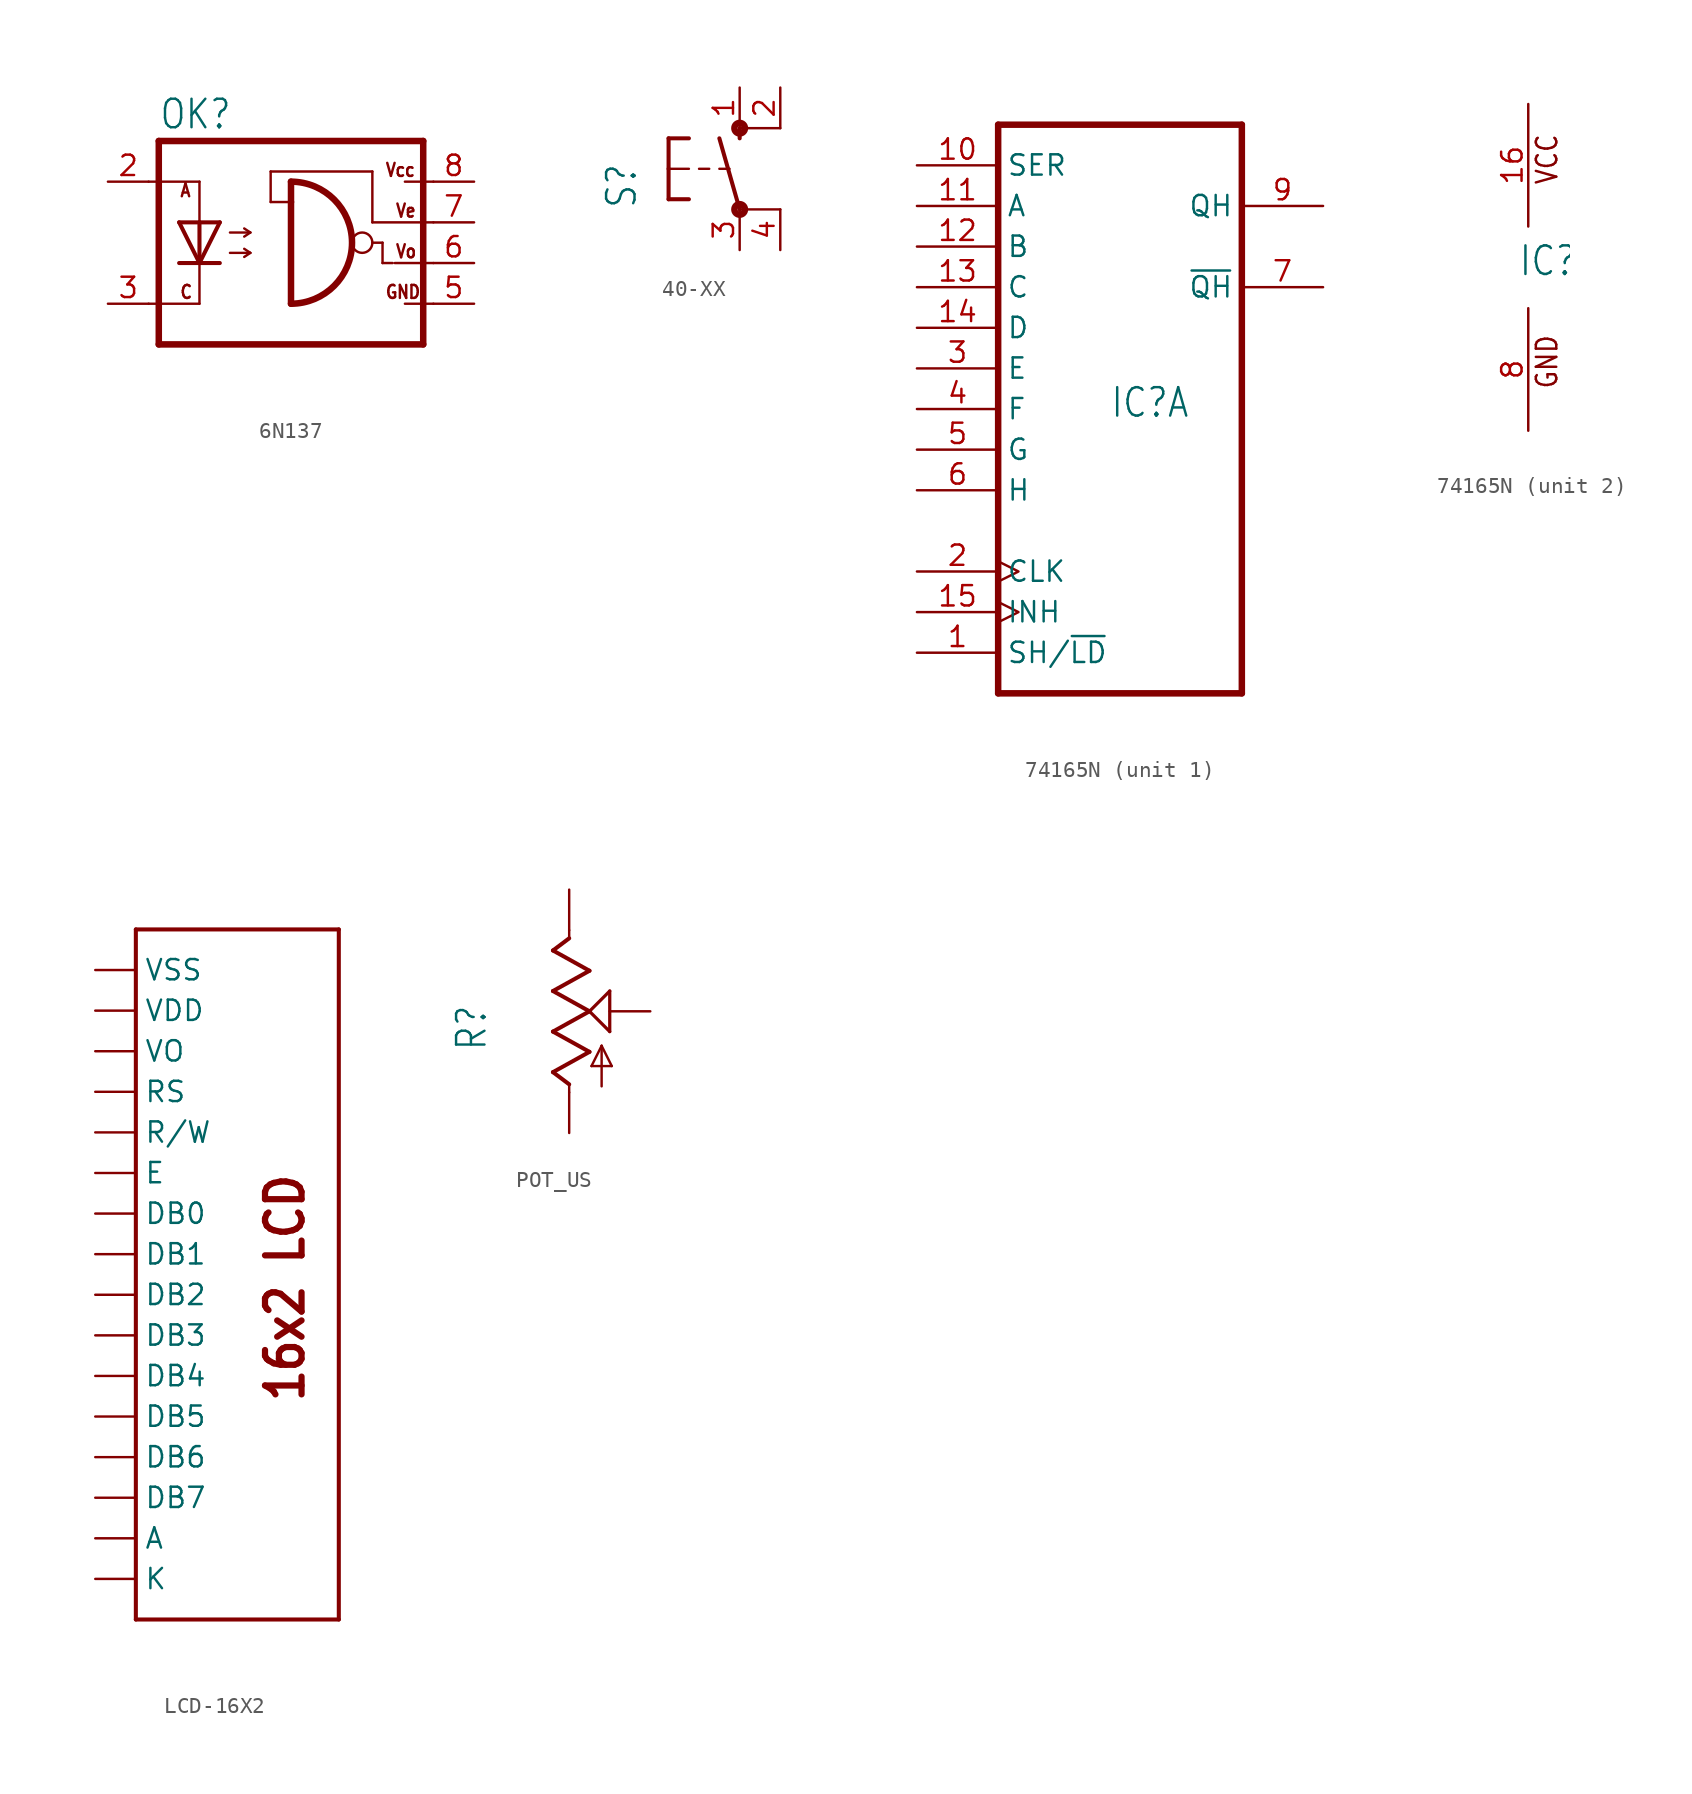
<source format=kicad_sym>
(kicad_symbol_lib
  (version 20231120)
  (generator "kicad_symbol_editor")
  (generator_version "8.0")
  (symbol "6N137"
    (property "Reference" "OK"
      (at -9.525 8.255 0)
      (effects (font (size 1.778 1.511)) (justify left bottom)))
    (property "Value" ""
      (at -9.525 -7.62 0)
      (effects (font (size 1.778 1.511)) (justify left bottom)))
    (property "ki_locked" ""
      (at 0 0 0)
      (effects (font (size 1.27 1.27))))
    (symbol "6N137_1_0"
      (arc (start -1.27 -2.54) (mid 2.54 1.27) (end -1.27 5.08) (stroke (width 0.4064) (type solid)) (fill (type none)))
      (polyline (pts (xy -10.16 -2.54) (xy -6.985 -2.54)) (stroke (width 0.152) (type solid)) (fill (type none)))
      (polyline (pts (xy -10.16 5.08) (xy -6.985 5.08)) (stroke (width 0.152) (type solid)) (fill (type none)))
      (polyline (pts (xy -9.525 7.62) (xy -9.525 -5.08)) (stroke (width 0.406) (type solid)) (fill (type none)))
      (polyline (pts (xy -6.985 -2.54) (xy -6.985 0)) (stroke (width 0.152) (type solid)) (fill (type none)))
      (polyline (pts (xy -6.985 0) (xy -8.255 0)) (stroke (width 0.254) (type solid)) (fill (type none)))
      (polyline (pts (xy -6.985 0) (xy -8.255 2.54)) (stroke (width 0.254) (type solid)) (fill (type none)))
      (polyline (pts (xy -6.985 2.54) (xy -8.255 2.54)) (stroke (width 0.254) (type solid)) (fill (type none)))
      (polyline (pts (xy -6.985 2.54) (xy -6.985 0)) (stroke (width 0.254) (type solid)) (fill (type none)))
      (polyline (pts (xy -6.985 2.54) (xy -6.985 5.08)) (stroke (width 0.152) (type solid)) (fill (type none)))
      (polyline (pts (xy -5.715 0) (xy -6.985 0)) (stroke (width 0.254) (type solid)) (fill (type none)))
      (polyline (pts (xy -5.715 2.54) (xy -6.985 0)) (stroke (width 0.254) (type solid)) (fill (type none)))
      (polyline (pts (xy -5.715 2.54) (xy -6.985 2.54)) (stroke (width 0.254) (type solid)) (fill (type none)))
      (polyline (pts (xy -5.08 0.635) (xy -3.81 0.635)) (stroke (width 0.152) (type solid)) (fill (type none)))
      (polyline (pts (xy -5.08 1.905) (xy -3.81 1.905)) (stroke (width 0.152) (type solid)) (fill (type none)))
      (polyline (pts (xy -3.81 0.635) (xy -4.191 0.381)) (stroke (width 0.152) (type solid)) (fill (type none)))
      (polyline (pts (xy -3.81 0.635) (xy -4.191 0.889)) (stroke (width 0.152) (type solid)) (fill (type none)))
      (polyline (pts (xy -3.81 1.905) (xy -4.191 1.651)) (stroke (width 0.152) (type solid)) (fill (type none)))
      (polyline (pts (xy -3.81 1.905) (xy -4.191 2.159)) (stroke (width 0.152) (type solid)) (fill (type none)))
      (polyline (pts (xy -2.54 3.81) (xy -2.54 5.715)) (stroke (width 0.152) (type solid)) (fill (type none)))
      (polyline (pts (xy -2.54 5.715) (xy 3.81 5.715)) (stroke (width 0.152) (type solid)) (fill (type none)))
      (polyline (pts (xy -1.27 3.81) (xy -2.54 3.81)) (stroke (width 0.152) (type solid)) (fill (type none)))
      (polyline (pts (xy -1.27 3.81) (xy -1.27 -2.54)) (stroke (width 0.406) (type solid)) (fill (type none)))
      (polyline (pts (xy -1.27 5.08) (xy -1.27 3.81)) (stroke (width 0.406) (type solid)) (fill (type none)))
      (polyline (pts (xy 3.81 1.27) (xy 4.445 1.27)) (stroke (width 0.152) (type solid)) (fill (type none)))
      (polyline (pts (xy 3.81 2.54) (xy 7.62 2.54)) (stroke (width 0.152) (type solid)) (fill (type none)))
      (polyline (pts (xy 3.81 5.715) (xy 3.81 2.54)) (stroke (width 0.152) (type solid)) (fill (type none)))
      (polyline (pts (xy 4.445 0) (xy 5.08 0)) (stroke (width 0.152) (type solid)) (fill (type none)))
      (polyline (pts (xy 4.445 1.27) (xy 4.445 0)) (stroke (width 0.152) (type solid)) (fill (type none)))
      (polyline (pts (xy 5.207 0) (xy 7.62 0)) (stroke (width 0.152) (type solid)) (fill (type none)))
      (polyline (pts (xy 5.842 -2.54) (xy 7.62 -2.54)) (stroke (width 0.152) (type solid)) (fill (type none)))
      (polyline (pts (xy 5.842 5.08) (xy 7.62 5.08)) (stroke (width 0.152) (type solid)) (fill (type none)))
      (polyline (pts (xy 6.985 -5.08) (xy -9.525 -5.08)) (stroke (width 0.406) (type solid)) (fill (type none)))
      (polyline (pts (xy 6.985 7.62) (xy -9.525 7.62)) (stroke (width 0.406) (type solid)) (fill (type none)))
      (polyline (pts (xy 6.985 7.62) (xy 6.985 -5.08)) (stroke (width 0.406) (type solid)) (fill (type none)))
      (circle (center 3.175 1.27) (radius 0.635) (stroke (width 0.152) (type solid)) (fill (type none)))
      (text "A" (at -8.255 4.064 0) (effects (font (size 0.813 0.691)) (justify left bottom)))
      (text "C" (at -8.255 -2.286 0) (effects (font (size 0.813 0.691)) (justify left bottom)))
      (text "GND" (at 4.572 -2.286 0) (effects (font (size 0.813 0.691)) (justify left bottom)))
      (text "Vcc" (at 4.572 5.334 0) (effects (font (size 0.813 0.691)) (justify left bottom)))
      (text "Ve" (at 5.207 2.794 0) (effects (font (size 0.813 0.691)) (justify left bottom)))
      (text "Vo" (at 5.207 0.254 0) (effects (font (size 0.813 0.691)) (justify left bottom)))
      (pin passive line (at -12.7 5.08 0) (length 2.54) (name "A" (effects (font (size 0 0)))) (number "2" (effects (font (size 1.27 1.27)))))
      (pin passive line (at -12.7 -2.54 0) (length 2.54) (name "C" (effects (font (size 0 0)))) (number "3" (effects (font (size 1.27 1.27)))))
      (pin passive line (at 10.16 -2.54 180) (length 2.54) (name "GND" (effects (font (size 0 0)))) (number "5" (effects (font (size 1.27 1.27)))))
      (pin passive line (at 10.16 0 180) (length 2.54) (name "VO" (effects (font (size 0 0)))) (number "6" (effects (font (size 1.27 1.27)))))
      (pin passive line (at 10.16 2.54 180) (length 2.54) (name "VE" (effects (font (size 0 0)))) (number "7" (effects (font (size 1.27 1.27)))))
      (pin passive line (at 10.16 5.08 180) (length 2.54) (name "VCC" (effects (font (size 0 0)))) (number "8" (effects (font (size 1.27 1.27)))))))
  (symbol "40-XX"
    (property "Reference" "S"
      (at -6.35 -2.54 90)
      (effects (font (size 1.778 1.511)) (justify left bottom)))
    (property "Value" ""
      (at -3.81 3.175 90)
      (effects (font (size 1.778 1.511)) (justify left bottom)))
    (property "ki_locked" ""
      (at 0 0 0)
      (effects (font (size 1.27 1.27))))
    (symbol "40-XX_1_0"
      (circle (center 0 -2.54) (radius 0.127) (stroke (width 0.406) (type solid)) (fill (type none)))
      (polyline (pts (xy -4.445 -1.905) (xy -3.175 -1.905)) (stroke (width 0.254) (type solid)) (fill (type none)))
      (polyline (pts (xy -4.445 0) (xy -4.445 -1.905)) (stroke (width 0.254) (type solid)) (fill (type none)))
      (polyline (pts (xy -4.445 0) (xy -3.175 0)) (stroke (width 0.152) (type solid)) (fill (type none)))
      (polyline (pts (xy -4.445 1.905) (xy -4.445 0)) (stroke (width 0.254) (type solid)) (fill (type none)))
      (polyline (pts (xy -4.445 1.905) (xy -3.175 1.905)) (stroke (width 0.254) (type solid)) (fill (type none)))
      (polyline (pts (xy -2.54 0) (xy -1.905 0)) (stroke (width 0.152) (type solid)) (fill (type none)))
      (polyline (pts (xy -1.27 0) (xy -0.635 0)) (stroke (width 0.152) (type solid)) (fill (type none)))
      (polyline (pts (xy 0 -2.54) (xy -1.27 1.905)) (stroke (width 0.254) (type solid)) (fill (type none)))
      (polyline (pts (xy 0 1.905) (xy 0 2.54)) (stroke (width 0.254) (type solid)) (fill (type none)))
      (polyline (pts (xy 2.54 -2.54) (xy 0 -2.54)) (stroke (width 0.152) (type solid)) (fill (type none)))
      (polyline (pts (xy 2.54 2.54) (xy 0 2.54)) (stroke (width 0.152) (type solid)) (fill (type none)))
      (circle (center 0 2.54) (radius 0.127) (stroke (width 0.406) (type solid)) (fill (type none)))
      (pin passive line (at 0 5.08 270) (length 2.54) (name "S" (effects (font (size 0 0)))) (number "1" (effects (font (size 1.27 1.27)))))
      (pin passive line (at 2.54 5.08 270) (length 2.54) (name "S1" (effects (font (size 0 0)))) (number "2" (effects (font (size 1.27 1.27)))))
      (pin passive line (at 0 -5.08 90) (length 2.54) (name "P" (effects (font (size 0 0)))) (number "3" (effects (font (size 1.27 1.27)))))
      (pin passive line (at 2.54 -5.08 90) (length 2.54) (name "P1" (effects (font (size 0 0)))) (number "4" (effects (font (size 1.27 1.27)))))))
  (symbol "74165N"
    (property "Reference" "IC"
      (at -0.635 -0.635 0)
      (effects (font (size 1.778 1.511)) (justify left bottom)))
    (property "ki_locked" ""
      (at 0 0 0)
      (effects (font (size 1.27 1.27))))
    (symbol "74165N_1_0"
      (polyline (pts (xy -7.62 -17.78) (xy 7.62 -17.78)) (stroke (width 0.406) (type solid)) (fill (type none)))
      (polyline (pts (xy -7.62 17.78) (xy -7.62 -17.78)) (stroke (width 0.406) (type solid)) (fill (type none)))
      (polyline (pts (xy 7.62 -17.78) (xy 7.62 17.78)) (stroke (width 0.406) (type solid)) (fill (type none)))
      (polyline (pts (xy 7.62 17.78) (xy -7.62 17.78)) (stroke (width 0.406) (type solid)) (fill (type none)))
      (pin input line (at -12.7 -15.24 0) (length 5.08) (name "SH/~{LD}" (effects (font (size 1.27 1.27)))) (number "1" (effects (font (size 1.27 1.27)))))
      (pin input line (at -12.7 15.24 0) (length 5.08) (name "SER" (effects (font (size 1.27 1.27)))) (number "10" (effects (font (size 1.27 1.27)))))
      (pin input line (at -12.7 12.7 0) (length 5.08) (name "A" (effects (font (size 1.27 1.27)))) (number "11" (effects (font (size 1.27 1.27)))))
      (pin input line (at -12.7 10.16 0) (length 5.08) (name "B" (effects (font (size 1.27 1.27)))) (number "12" (effects (font (size 1.27 1.27)))))
      (pin input line (at -12.7 7.62 0) (length 5.08) (name "C" (effects (font (size 1.27 1.27)))) (number "13" (effects (font (size 1.27 1.27)))))
      (pin input line (at -12.7 5.08 0) (length 5.08) (name "D" (effects (font (size 1.27 1.27)))) (number "14" (effects (font (size 1.27 1.27)))))
      (pin input clock (at -12.7 -12.7 0) (length 5.08) (name "INH" (effects (font (size 1.27 1.27)))) (number "15" (effects (font (size 1.27 1.27)))))
      (pin input clock (at -12.7 -10.16 0) (length 5.08) (name "CLK" (effects (font (size 1.27 1.27)))) (number "2" (effects (font (size 1.27 1.27)))))
      (pin input line (at -12.7 2.54 0) (length 5.08) (name "E" (effects (font (size 1.27 1.27)))) (number "3" (effects (font (size 1.27 1.27)))))
      (pin input line (at -12.7 0 0) (length 5.08) (name "F" (effects (font (size 1.27 1.27)))) (number "4" (effects (font (size 1.27 1.27)))))
      (pin input line (at -12.7 -2.54 0) (length 5.08) (name "G" (effects (font (size 1.27 1.27)))) (number "5" (effects (font (size 1.27 1.27)))))
      (pin input line (at -12.7 -5.08 0) (length 5.08) (name "H" (effects (font (size 1.27 1.27)))) (number "6" (effects (font (size 1.27 1.27)))))
      (pin output line (at 12.7 7.62 180) (length 5.08) (name "~{QH}" (effects (font (size 1.27 1.27)))) (number "7" (effects (font (size 1.27 1.27)))))
      (pin output line (at 12.7 12.7 180) (length 5.08) (name "QH" (effects (font (size 1.27 1.27)))) (number "9" (effects (font (size 1.27 1.27))))))
    (symbol "74165N_2_0"
      (text "GND" (at 1.905 -7.62 900) (effects (font (size 1.27 1.079)) (justify left bottom)))
      (text "VCC" (at 1.905 5.08 900) (effects (font (size 1.27 1.079)) (justify left bottom)))
      (pin power_in line (at 0 10.16 270) (length 7.62) (name "VCC" (effects (font (size 0 0)))) (number "16" (effects (font (size 1.27 1.27)))))
      (pin power_in line (at 0 -10.16 90) (length 7.62) (name "GND" (effects (font (size 0 0)))) (number "8" (effects (font (size 1.27 1.27)))))))
  (symbol "LCD-16X2"
    (property "Reference" ""
      (at -7.62 23.368 0)
      (effects (font (size 1.778 1.511)) (justify left bottom) (hide yes)))
    (property "ki_locked" ""
      (at 0 0 0)
      (effects (font (size 1.27 1.27))))
    (symbol "LCD-16X2_1_0"
      (polyline (pts (xy -7.62 -20.32) (xy 5.08 -20.32)) (stroke (width 0.254) (type solid)) (fill (type none)))
      (polyline (pts (xy -7.62 22.86) (xy -7.62 -20.32)) (stroke (width 0.254) (type solid)) (fill (type none)))
      (polyline (pts (xy 5.08 -20.32) (xy 5.08 22.86)) (stroke (width 0.254) (type solid)) (fill (type none)))
      (polyline (pts (xy 5.08 22.86) (xy -7.62 22.86)) (stroke (width 0.254) (type solid)) (fill (type none)))
      (text "16x2 LCD" (at 3.048 -6.858 900) (effects (font (size 2.286 1.943) (thickness 0.389) (bold yes)) (justify left bottom)))
      (pin power_in line (at -10.16 20.32 0) (length 2.54) (name "VSS" (effects (font (size 1.27 1.27)))) (number "1" (effects (font (size 0 0)))))
      (pin bidirectional line (at -10.16 -2.54 0) (length 2.54) (name "DB3" (effects (font (size 1.27 1.27)))) (number "10" (effects (font (size 0 0)))))
      (pin bidirectional line (at -10.16 -5.08 0) (length 2.54) (name "DB4" (effects (font (size 1.27 1.27)))) (number "11" (effects (font (size 0 0)))))
      (pin bidirectional line (at -10.16 -7.62 0) (length 2.54) (name "DB5" (effects (font (size 1.27 1.27)))) (number "12" (effects (font (size 0 0)))))
      (pin bidirectional line (at -10.16 -10.16 0) (length 2.54) (name "DB6" (effects (font (size 1.27 1.27)))) (number "13" (effects (font (size 0 0)))))
      (pin bidirectional line (at -10.16 -12.7 0) (length 2.54) (name "DB7" (effects (font (size 1.27 1.27)))) (number "14" (effects (font (size 0 0)))))
      (pin power_in line (at -10.16 -15.24 0) (length 2.54) (name "A" (effects (font (size 1.27 1.27)))) (number "15" (effects (font (size 0 0)))))
      (pin power_in line (at -10.16 -17.78 0) (length 2.54) (name "K" (effects (font (size 1.27 1.27)))) (number "16" (effects (font (size 0 0)))))
      (pin power_in line (at -10.16 17.78 0) (length 2.54) (name "VDD" (effects (font (size 1.27 1.27)))) (number "2" (effects (font (size 0 0)))))
      (pin bidirectional line (at -10.16 15.24 0) (length 2.54) (name "VO" (effects (font (size 1.27 1.27)))) (number "3" (effects (font (size 0 0)))))
      (pin input line (at -10.16 12.7 0) (length 2.54) (name "RS" (effects (font (size 1.27 1.27)))) (number "4" (effects (font (size 0 0)))))
      (pin input line (at -10.16 10.16 0) (length 2.54) (name "R/W" (effects (font (size 1.27 1.27)))) (number "5" (effects (font (size 0 0)))))
      (pin input line (at -10.16 7.62 0) (length 2.54) (name "E" (effects (font (size 1.27 1.27)))) (number "6" (effects (font (size 0 0)))))
      (pin bidirectional line (at -10.16 5.08 0) (length 2.54) (name "DB0" (effects (font (size 1.27 1.27)))) (number "7" (effects (font (size 0 0)))))
      (pin bidirectional line (at -10.16 2.54 0) (length 2.54) (name "DB1" (effects (font (size 1.27 1.27)))) (number "8" (effects (font (size 0 0)))))
      (pin bidirectional line (at -10.16 0 0) (length 2.54) (name "DB2" (effects (font (size 1.27 1.27)))) (number "9" (effects (font (size 0 0)))))))
  (symbol "POT_US"
    (property "Reference" "R"
      (at -5.08 -2.54 90)
      (effects (font (size 1.778 1.511)) (justify left bottom)))
    (property "Value" ""
      (at -2.54 -2.54 90)
      (effects (font (size 1.778 1.511)) (justify left bottom)))
    (property "ki_locked" ""
      (at 0 0 0)
      (effects (font (size 1.27 1.27))))
    (symbol "POT_US_1_0"
      (polyline (pts (xy -1.016 -3.81) (xy 1.27 -2.54)) (stroke (width 0.254) (type solid)) (fill (type none)))
      (polyline (pts (xy -1.016 -1.27) (xy 1.27 0)) (stroke (width 0.254) (type solid)) (fill (type none)))
      (polyline (pts (xy -1.016 1.27) (xy 1.27 2.54)) (stroke (width 0.254) (type solid)) (fill (type none)))
      (polyline (pts (xy -1.016 3.81) (xy 0 4.572)) (stroke (width 0.254) (type solid)) (fill (type none)))
      (polyline (pts (xy 0 -5.08) (xy 0 -4.572)) (stroke (width 0.152) (type solid)) (fill (type none)))
      (polyline (pts (xy 0 -4.572) (xy -1.016 -3.81)) (stroke (width 0.254) (type solid)) (fill (type none)))
      (polyline (pts (xy 0 4.572) (xy 0 5.08)) (stroke (width 0.152) (type solid)) (fill (type none)))
      (polyline (pts (xy 1.27 -2.54) (xy -1.016 -1.27)) (stroke (width 0.254) (type solid)) (fill (type none)))
      (polyline (pts (xy 1.27 0) (xy -1.016 1.27)) (stroke (width 0.254) (type solid)) (fill (type none)))
      (polyline (pts (xy 1.27 0) (xy 2.54 1.27)) (stroke (width 0.203) (type solid)) (fill (type none)))
      (polyline (pts (xy 1.27 2.54) (xy -1.016 3.81)) (stroke (width 0.254) (type solid)) (fill (type none)))
      (polyline (pts (xy 1.397 -3.429) (xy 2.032 -2.159)) (stroke (width 0.152) (type solid)) (fill (type none)))
      (polyline (pts (xy 2.032 -4.699) (xy 2.032 -2.159)) (stroke (width 0.152) (type solid)) (fill (type none)))
      (polyline (pts (xy 2.032 -2.159) (xy 2.667 -3.429)) (stroke (width 0.152) (type solid)) (fill (type none)))
      (polyline (pts (xy 2.54 -1.27) (xy 1.27 0)) (stroke (width 0.203) (type solid)) (fill (type none)))
      (polyline (pts (xy 2.54 1.27) (xy 2.54 -1.27)) (stroke (width 0.203) (type solid)) (fill (type none)))
      (polyline (pts (xy 2.667 -3.429) (xy 1.397 -3.429)) (stroke (width 0.152) (type solid)) (fill (type none)))
      (pin passive line (at 0 7.62 270) (length 2.54) (name "E" (effects (font (size 0 0)))) (number "P$1" (effects (font (size 0 0)))))
      (pin passive line (at 5.08 0 180) (length 2.54) (name "S" (effects (font (size 0 0)))) (number "P$2" (effects (font (size 0 0)))))
      (pin passive line (at 0 -7.62 90) (length 2.54) (name "A" (effects (font (size 0 0)))) (number "P$3" (effects (font (size 0 0))))))))
</source>
